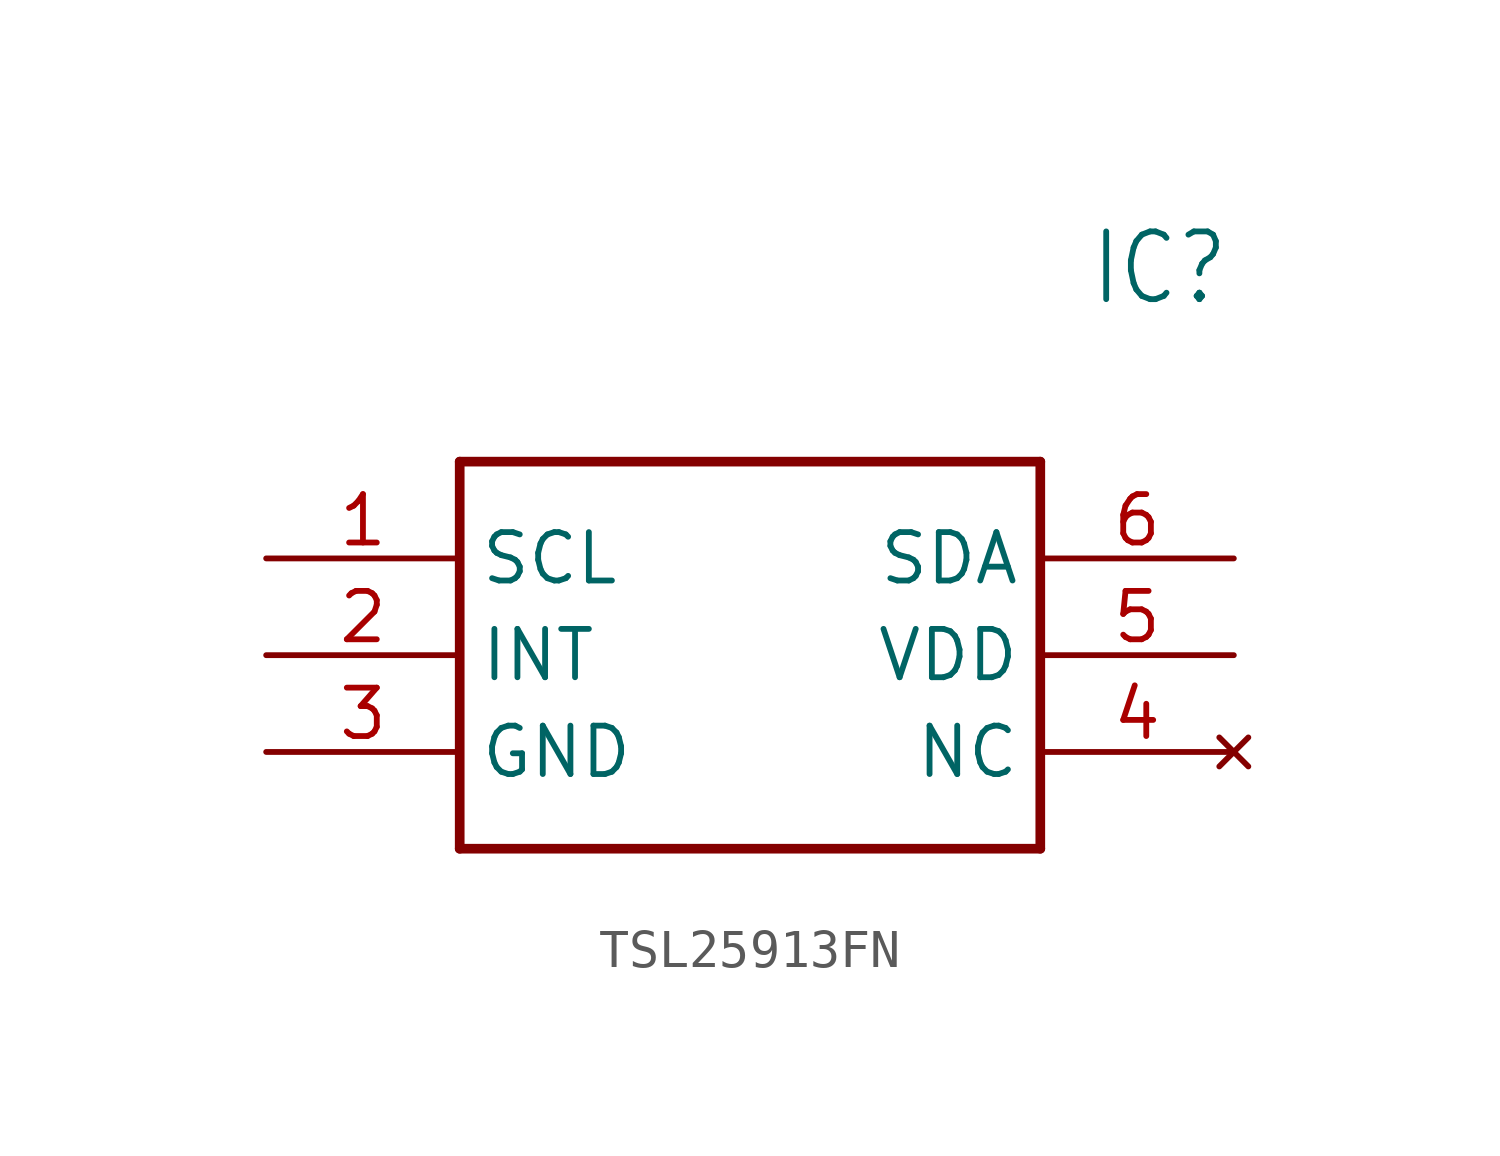
<source format=kicad_sym>
(kicad_symbol_lib
  (version 20220914)
  (generator kicad_symbol_editor)
  (symbol "TSL25913FN"
    (property "Reference" "IC"
      (at 21.59 7.62 0)
      (effects (font (size 1.778 1.511)) (justify left)))
    (property "Value" ""
      (at 21.59 5.08 0)
      (effects (font (size 1.778 1.511)) (justify left)))
    (property "ki_locked" ""
      (at 0 0 0)
      (effects (font (size 1.27 1.27))))
    (symbol "TSL25913FN_1_0"
      (polyline (pts (xy 5.08 2.54) (xy 5.08 -7.62)) (stroke (width 0.254) (type solid)) (fill (type none)))
      (polyline (pts (xy 5.08 2.54) (xy 20.32 2.54)) (stroke (width 0.254) (type solid)) (fill (type none)))
      (polyline (pts (xy 20.32 -7.62) (xy 5.08 -7.62)) (stroke (width 0.254) (type solid)) (fill (type none)))
      (polyline (pts (xy 20.32 -7.62) (xy 20.32 2.54)) (stroke (width 0.254) (type solid)) (fill (type none)))
      (pin bidirectional line (at 0 0 0) (length 5.08) (name "SCL" (effects (font (size 1.27 1.27)))) (number "1" (effects (font (size 1.27 1.27)))))
      (pin bidirectional line (at 0 -2.54 0) (length 5.08) (name "INT" (effects (font (size 1.27 1.27)))) (number "2" (effects (font (size 1.27 1.27)))))
      (pin bidirectional line (at 0 -5.08 0) (length 5.08) (name "GND" (effects (font (size 1.27 1.27)))) (number "3" (effects (font (size 1.27 1.27)))))
      (pin no_connect line (at 25.4 -5.08 180) (length 5.08) (name "NC" (effects (font (size 1.27 1.27)))) (number "4" (effects (font (size 1.27 1.27)))))
      (pin bidirectional line (at 25.4 -2.54 180) (length 5.08) (name "VDD" (effects (font (size 1.27 1.27)))) (number "5" (effects (font (size 1.27 1.27)))))
      (pin bidirectional line (at 25.4 0 180) (length 5.08) (name "SDA" (effects (font (size 1.27 1.27)))) (number "6" (effects (font (size 1.27 1.27))))))))
</source>
